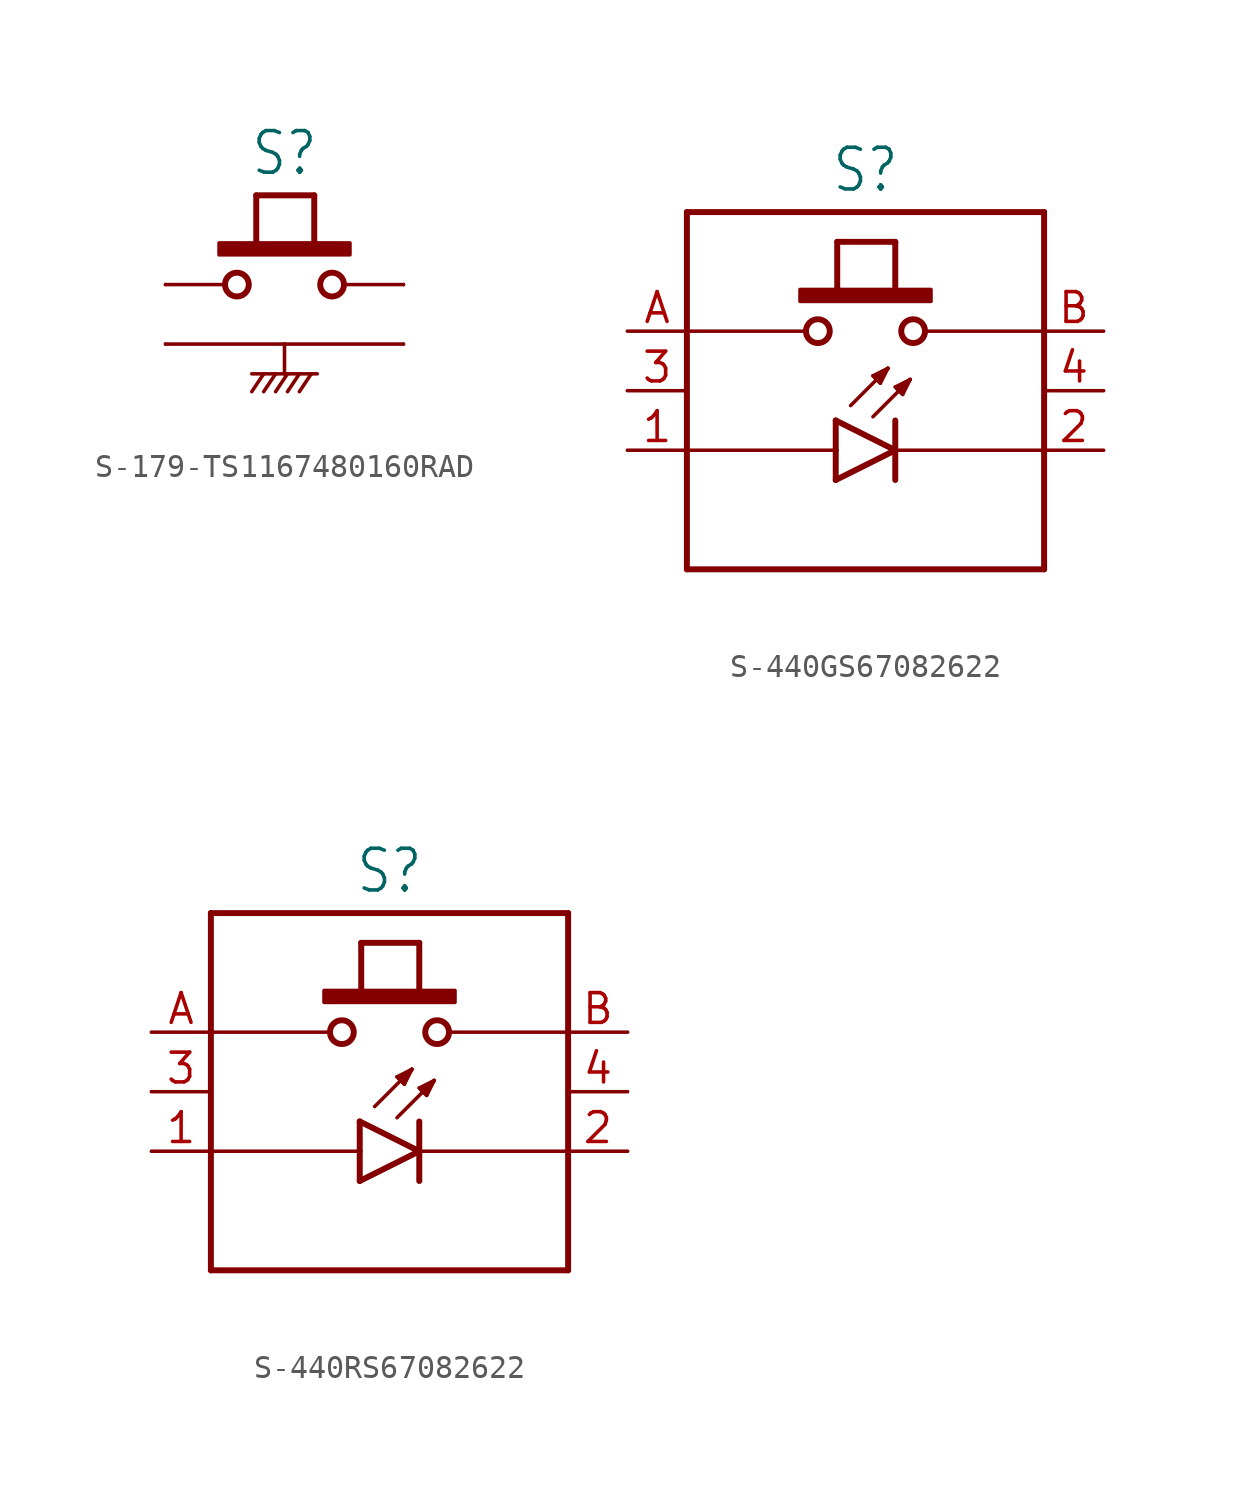
<source format=kicad_sym>
(kicad_symbol_lib
  (version 20231120)
  (generator "kicad_symbol_editor")
  (generator_version "8.0")
  (symbol "S-179-TS1167480160RAD"
    (property "Reference" "S"
      (at 0 4.572 0)
      (effects (font (size 1.778 1.511)) (justify bottom)))
    (property "Value" ""
      (at 0 -5.08 0)
      (effects (font (size 1.778 1.511)) (justify top)))
    (property "ki_locked" ""
      (at 0 0 0)
      (effects (font (size 1.27 1.27))))
    (symbol "S-179-TS1167480160RAD_1_0"
      (rectangle (start -2.794 1.27) (end 2.794 1.778) (stroke (width 0) (type default)) (fill (type outline)))
      (circle (center -2.032 0) (radius 0.508) (stroke (width 0.254) (type solid)) (fill (type none)))
      (polyline (pts (xy -5.08 -2.54) (xy 0 -2.54)) (stroke (width 0.152) (type solid)) (fill (type none)))
      (polyline (pts (xy -5.08 0) (xy -2.54 0)) (stroke (width 0.152) (type solid)) (fill (type none)))
      (polyline (pts (xy -1.397 -3.81) (xy -0.889 -3.81)) (stroke (width 0.152) (type solid)) (fill (type none)))
      (polyline (pts (xy -1.206 1.524) (xy -1.206 3.81)) (stroke (width 0.254) (type solid)) (fill (type none)))
      (polyline (pts (xy -1.206 3.81) (xy 1.27 3.81)) (stroke (width 0.254) (type solid)) (fill (type none)))
      (polyline (pts (xy -0.889 -3.81) (xy -1.397 -4.572)) (stroke (width 0.152) (type solid)) (fill (type none)))
      (polyline (pts (xy -0.889 -3.81) (xy -0.381 -3.81)) (stroke (width 0.152) (type solid)) (fill (type none)))
      (polyline (pts (xy -0.381 -3.81) (xy -0.889 -4.572)) (stroke (width 0.152) (type solid)) (fill (type none)))
      (polyline (pts (xy -0.381 -3.81) (xy 0 -3.81)) (stroke (width 0.152) (type solid)) (fill (type none)))
      (polyline (pts (xy 0 -3.81) (xy 0.127 -3.81)) (stroke (width 0.152) (type solid)) (fill (type none)))
      (polyline (pts (xy 0 -2.54) (xy 0 -3.81)) (stroke (width 0.152) (type solid)) (fill (type none)))
      (polyline (pts (xy 0 -2.54) (xy 5.08 -2.54)) (stroke (width 0.152) (type solid)) (fill (type none)))
      (polyline (pts (xy 0.127 -3.81) (xy -0.381 -4.572)) (stroke (width 0.152) (type solid)) (fill (type none)))
      (polyline (pts (xy 0.127 -3.81) (xy 0.635 -3.81)) (stroke (width 0.152) (type solid)) (fill (type none)))
      (polyline (pts (xy 0.635 -3.81) (xy 0.127 -4.572)) (stroke (width 0.152) (type solid)) (fill (type none)))
      (polyline (pts (xy 0.635 -3.81) (xy 1.143 -3.81)) (stroke (width 0.152) (type solid)) (fill (type none)))
      (polyline (pts (xy 1.143 -3.81) (xy 0.635 -4.572)) (stroke (width 0.152) (type solid)) (fill (type none)))
      (polyline (pts (xy 1.143 -3.81) (xy 1.397 -3.81)) (stroke (width 0.152) (type solid)) (fill (type none)))
      (polyline (pts (xy 1.27 3.81) (xy 1.27 1.524)) (stroke (width 0.254) (type solid)) (fill (type none)))
      (polyline (pts (xy 2.54 0) (xy 5.08 0)) (stroke (width 0.152) (type solid)) (fill (type none)))
      (circle (center 2.032 0) (radius 0.508) (stroke (width 0.254) (type solid)) (fill (type none)))
      (pin passive line (at -5.08 0 0) (length 0) (name "1" (effects (font (size 0 0)))) (number "1" (effects (font (size 0 0)))))
      (pin passive line (at 5.08 0 180) (length 0) (name "2" (effects (font (size 0 0)))) (number "2" (effects (font (size 0 0)))))
      (pin passive line (at -5.08 -2.54 0) (length 0) (name "3" (effects (font (size 0 0)))) (number "3" (effects (font (size 0 0)))))
      (pin passive line (at 5.08 -2.54 180) (length 0) (name "4" (effects (font (size 0 0)))) (number "4" (effects (font (size 0 0)))))))
  (symbol "S-440GS67082622"
    (property "Reference" "S"
      (at 0 8.382 0)
      (effects (font (size 1.778 1.511)) (justify bottom)))
    (property "Value" ""
      (at 0 -8.382 0)
      (effects (font (size 1.778 1.511)) (justify top)))
    (property "ki_locked" ""
      (at 0 0 0)
      (effects (font (size 1.27 1.27))))
    (symbol "S-440GS67082622_1_0"
      (rectangle (start -2.794 3.81) (end 2.794 4.318) (stroke (width 0) (type default)) (fill (type outline)))
      (circle (center -2.032 2.54) (radius 0.508) (stroke (width 0.254) (type solid)) (fill (type none)))
      (polyline (pts (xy -7.62 -7.62) (xy -7.62 -2.54)) (stroke (width 0.254) (type solid)) (fill (type none)))
      (polyline (pts (xy -7.62 -2.54) (xy -7.62 2.54)) (stroke (width 0.254) (type solid)) (fill (type none)))
      (polyline (pts (xy -7.62 -2.54) (xy -1.27 -2.54)) (stroke (width 0.152) (type solid)) (fill (type none)))
      (polyline (pts (xy -7.62 2.54) (xy -7.62 7.62)) (stroke (width 0.254) (type solid)) (fill (type none)))
      (polyline (pts (xy -7.62 2.54) (xy -2.54 2.54)) (stroke (width 0.152) (type solid)) (fill (type none)))
      (polyline (pts (xy -7.62 7.62) (xy 7.62 7.62)) (stroke (width 0.254) (type solid)) (fill (type none)))
      (polyline (pts (xy -1.27 -3.81) (xy 1.27 -2.54)) (stroke (width 0.254) (type solid)) (fill (type none)))
      (polyline (pts (xy -1.27 -2.54) (xy -1.27 -3.81)) (stroke (width 0.254) (type solid)) (fill (type none)))
      (polyline (pts (xy -1.27 -1.27) (xy -1.27 -2.54)) (stroke (width 0.254) (type solid)) (fill (type none)))
      (polyline (pts (xy -1.206 4.064) (xy -1.206 6.35)) (stroke (width 0.254) (type solid)) (fill (type none)))
      (polyline (pts (xy -1.206 6.35) (xy 1.27 6.35)) (stroke (width 0.254) (type solid)) (fill (type none)))
      (polyline (pts (xy -0.635 -0.635) (xy 0.953 0.953)) (stroke (width 0.152) (type solid)) (fill (type none)))
      (polyline (pts (xy 0.318 -1.111) (xy 1.905 0.476)) (stroke (width 0.152) (type solid)) (fill (type none)))
      (polyline (pts (xy 0.318 0.635) (xy 0.397 0.556)) (stroke (width 0.152) (type solid)) (fill (type none)))
      (polyline (pts (xy 0.397 0.556) (xy 0.556 0.397)) (stroke (width 0.152) (type solid)) (fill (type none)))
      (polyline (pts (xy 0.556 0.397) (xy 0.635 0.318)) (stroke (width 0.152) (type solid)) (fill (type none)))
      (polyline (pts (xy 0.635 0.318) (xy 0.953 0.953)) (stroke (width 0.152) (type solid)) (fill (type none)))
      (polyline (pts (xy 0.953 0.953) (xy 0.318 0.635)) (stroke (width 0.152) (type solid)) (fill (type none)))
      (polyline (pts (xy 0.953 0.953) (xy 0.397 0.556)) (stroke (width 0.152) (type solid)) (fill (type none)))
      (polyline (pts (xy 0.953 0.953) (xy 0.556 0.397)) (stroke (width 0.152) (type solid)) (fill (type none)))
      (polyline (pts (xy 1.27 -2.54) (xy -1.27 -1.27)) (stroke (width 0.254) (type solid)) (fill (type none)))
      (polyline (pts (xy 1.27 -2.54) (xy 1.27 -3.81)) (stroke (width 0.254) (type solid)) (fill (type none)))
      (polyline (pts (xy 1.27 -1.27) (xy 1.27 -2.54)) (stroke (width 0.254) (type solid)) (fill (type none)))
      (polyline (pts (xy 1.27 0.159) (xy 1.349 0.079)) (stroke (width 0.152) (type solid)) (fill (type none)))
      (polyline (pts (xy 1.27 6.35) (xy 1.27 4.064)) (stroke (width 0.254) (type solid)) (fill (type none)))
      (polyline (pts (xy 1.349 0.079) (xy 1.508 -0.079)) (stroke (width 0.152) (type solid)) (fill (type none)))
      (polyline (pts (xy 1.508 -0.079) (xy 1.587 -0.159)) (stroke (width 0.152) (type solid)) (fill (type none)))
      (polyline (pts (xy 1.587 -0.159) (xy 1.905 0.476)) (stroke (width 0.152) (type solid)) (fill (type none)))
      (polyline (pts (xy 1.905 0.476) (xy 1.27 0.159)) (stroke (width 0.152) (type solid)) (fill (type none)))
      (polyline (pts (xy 1.905 0.476) (xy 1.349 0.079)) (stroke (width 0.152) (type solid)) (fill (type none)))
      (polyline (pts (xy 1.905 0.476) (xy 1.508 -0.079)) (stroke (width 0.152) (type solid)) (fill (type none)))
      (polyline (pts (xy 2.54 2.54) (xy 7.62 2.54)) (stroke (width 0.152) (type solid)) (fill (type none)))
      (polyline (pts (xy 7.62 -7.62) (xy -7.62 -7.62)) (stroke (width 0.254) (type solid)) (fill (type none)))
      (polyline (pts (xy 7.62 -2.54) (xy 1.27 -2.54)) (stroke (width 0.152) (type solid)) (fill (type none)))
      (polyline (pts (xy 7.62 -2.54) (xy 7.62 -7.62)) (stroke (width 0.254) (type solid)) (fill (type none)))
      (polyline (pts (xy 7.62 7.62) (xy 7.62 -2.54)) (stroke (width 0.254) (type solid)) (fill (type none)))
      (circle (center 2.032 2.54) (radius 0.508) (stroke (width 0.254) (type solid)) (fill (type none)))
      (pin passive line (at -10.16 -2.54 0) (length 2.54) (name "A" (effects (font (size 0 0)))) (number "1" (effects (font (size 1.27 1.27)))))
      (pin passive line (at 10.16 -2.54 180) (length 2.54) (name "C" (effects (font (size 0 0)))) (number "2" (effects (font (size 1.27 1.27)))))
      (pin passive line (at -10.16 0 0) (length 2.54) (name "NC1" (effects (font (size 0 0)))) (number "3" (effects (font (size 1.27 1.27)))))
      (pin passive line (at 10.16 0 180) (length 2.54) (name "NC2" (effects (font (size 0 0)))) (number "4" (effects (font (size 1.27 1.27)))))
      (pin passive line (at -10.16 2.54 0) (length 2.54) (name "S1" (effects (font (size 0 0)))) (number "A" (effects (font (size 1.27 1.27)))))
      (pin passive line (at 10.16 2.54 180) (length 2.54) (name "S2" (effects (font (size 0 0)))) (number "B" (effects (font (size 1.27 1.27)))))))
  (symbol "S-440RS67082622"
    (property "Reference" "S"
      (at 0 8.382 0)
      (effects (font (size 1.778 1.511)) (justify bottom)))
    (property "Value" ""
      (at 0 -8.382 0)
      (effects (font (size 1.778 1.511)) (justify top)))
    (property "ki_locked" ""
      (at 0 0 0)
      (effects (font (size 1.27 1.27))))
    (symbol "S-440RS67082622_1_0"
      (rectangle (start -2.794 3.81) (end 2.794 4.318) (stroke (width 0) (type default)) (fill (type outline)))
      (circle (center -2.032 2.54) (radius 0.508) (stroke (width 0.254) (type solid)) (fill (type none)))
      (polyline (pts (xy -7.62 -7.62) (xy -7.62 -2.54)) (stroke (width 0.254) (type solid)) (fill (type none)))
      (polyline (pts (xy -7.62 -2.54) (xy -7.62 2.54)) (stroke (width 0.254) (type solid)) (fill (type none)))
      (polyline (pts (xy -7.62 -2.54) (xy -1.27 -2.54)) (stroke (width 0.152) (type solid)) (fill (type none)))
      (polyline (pts (xy -7.62 2.54) (xy -7.62 7.62)) (stroke (width 0.254) (type solid)) (fill (type none)))
      (polyline (pts (xy -7.62 2.54) (xy -2.54 2.54)) (stroke (width 0.152) (type solid)) (fill (type none)))
      (polyline (pts (xy -7.62 7.62) (xy 7.62 7.62)) (stroke (width 0.254) (type solid)) (fill (type none)))
      (polyline (pts (xy -1.27 -3.81) (xy 1.27 -2.54)) (stroke (width 0.254) (type solid)) (fill (type none)))
      (polyline (pts (xy -1.27 -2.54) (xy -1.27 -3.81)) (stroke (width 0.254) (type solid)) (fill (type none)))
      (polyline (pts (xy -1.27 -1.27) (xy -1.27 -2.54)) (stroke (width 0.254) (type solid)) (fill (type none)))
      (polyline (pts (xy -1.206 4.064) (xy -1.206 6.35)) (stroke (width 0.254) (type solid)) (fill (type none)))
      (polyline (pts (xy -1.206 6.35) (xy 1.27 6.35)) (stroke (width 0.254) (type solid)) (fill (type none)))
      (polyline (pts (xy -0.635 -0.635) (xy 0.953 0.953)) (stroke (width 0.152) (type solid)) (fill (type none)))
      (polyline (pts (xy 0.318 -1.111) (xy 1.905 0.476)) (stroke (width 0.152) (type solid)) (fill (type none)))
      (polyline (pts (xy 0.318 0.635) (xy 0.397 0.556)) (stroke (width 0.152) (type solid)) (fill (type none)))
      (polyline (pts (xy 0.397 0.556) (xy 0.556 0.397)) (stroke (width 0.152) (type solid)) (fill (type none)))
      (polyline (pts (xy 0.556 0.397) (xy 0.635 0.318)) (stroke (width 0.152) (type solid)) (fill (type none)))
      (polyline (pts (xy 0.635 0.318) (xy 0.953 0.953)) (stroke (width 0.152) (type solid)) (fill (type none)))
      (polyline (pts (xy 0.953 0.953) (xy 0.318 0.635)) (stroke (width 0.152) (type solid)) (fill (type none)))
      (polyline (pts (xy 0.953 0.953) (xy 0.397 0.556)) (stroke (width 0.152) (type solid)) (fill (type none)))
      (polyline (pts (xy 0.953 0.953) (xy 0.556 0.397)) (stroke (width 0.152) (type solid)) (fill (type none)))
      (polyline (pts (xy 1.27 -2.54) (xy -1.27 -1.27)) (stroke (width 0.254) (type solid)) (fill (type none)))
      (polyline (pts (xy 1.27 -2.54) (xy 1.27 -3.81)) (stroke (width 0.254) (type solid)) (fill (type none)))
      (polyline (pts (xy 1.27 -1.27) (xy 1.27 -2.54)) (stroke (width 0.254) (type solid)) (fill (type none)))
      (polyline (pts (xy 1.27 0.159) (xy 1.349 0.079)) (stroke (width 0.152) (type solid)) (fill (type none)))
      (polyline (pts (xy 1.27 6.35) (xy 1.27 4.064)) (stroke (width 0.254) (type solid)) (fill (type none)))
      (polyline (pts (xy 1.349 0.079) (xy 1.508 -0.079)) (stroke (width 0.152) (type solid)) (fill (type none)))
      (polyline (pts (xy 1.508 -0.079) (xy 1.587 -0.159)) (stroke (width 0.152) (type solid)) (fill (type none)))
      (polyline (pts (xy 1.587 -0.159) (xy 1.905 0.476)) (stroke (width 0.152) (type solid)) (fill (type none)))
      (polyline (pts (xy 1.905 0.476) (xy 1.27 0.159)) (stroke (width 0.152) (type solid)) (fill (type none)))
      (polyline (pts (xy 1.905 0.476) (xy 1.349 0.079)) (stroke (width 0.152) (type solid)) (fill (type none)))
      (polyline (pts (xy 1.905 0.476) (xy 1.508 -0.079)) (stroke (width 0.152) (type solid)) (fill (type none)))
      (polyline (pts (xy 2.54 2.54) (xy 7.62 2.54)) (stroke (width 0.152) (type solid)) (fill (type none)))
      (polyline (pts (xy 7.62 -7.62) (xy -7.62 -7.62)) (stroke (width 0.254) (type solid)) (fill (type none)))
      (polyline (pts (xy 7.62 -2.54) (xy 1.27 -2.54)) (stroke (width 0.152) (type solid)) (fill (type none)))
      (polyline (pts (xy 7.62 -2.54) (xy 7.62 -7.62)) (stroke (width 0.254) (type solid)) (fill (type none)))
      (polyline (pts (xy 7.62 7.62) (xy 7.62 -2.54)) (stroke (width 0.254) (type solid)) (fill (type none)))
      (circle (center 2.032 2.54) (radius 0.508) (stroke (width 0.254) (type solid)) (fill (type none)))
      (pin passive line (at -10.16 -2.54 0) (length 2.54) (name "A" (effects (font (size 0 0)))) (number "1" (effects (font (size 1.27 1.27)))))
      (pin passive line (at 10.16 -2.54 180) (length 2.54) (name "C" (effects (font (size 0 0)))) (number "2" (effects (font (size 1.27 1.27)))))
      (pin passive line (at -10.16 0 0) (length 2.54) (name "NC1" (effects (font (size 0 0)))) (number "3" (effects (font (size 1.27 1.27)))))
      (pin passive line (at 10.16 0 180) (length 2.54) (name "NC2" (effects (font (size 0 0)))) (number "4" (effects (font (size 1.27 1.27)))))
      (pin passive line (at -10.16 2.54 0) (length 2.54) (name "S1" (effects (font (size 0 0)))) (number "A" (effects (font (size 1.27 1.27)))))
      (pin passive line (at 10.16 2.54 180) (length 2.54) (name "S2" (effects (font (size 0 0)))) (number "B" (effects (font (size 1.27 1.27))))))))
</source>
